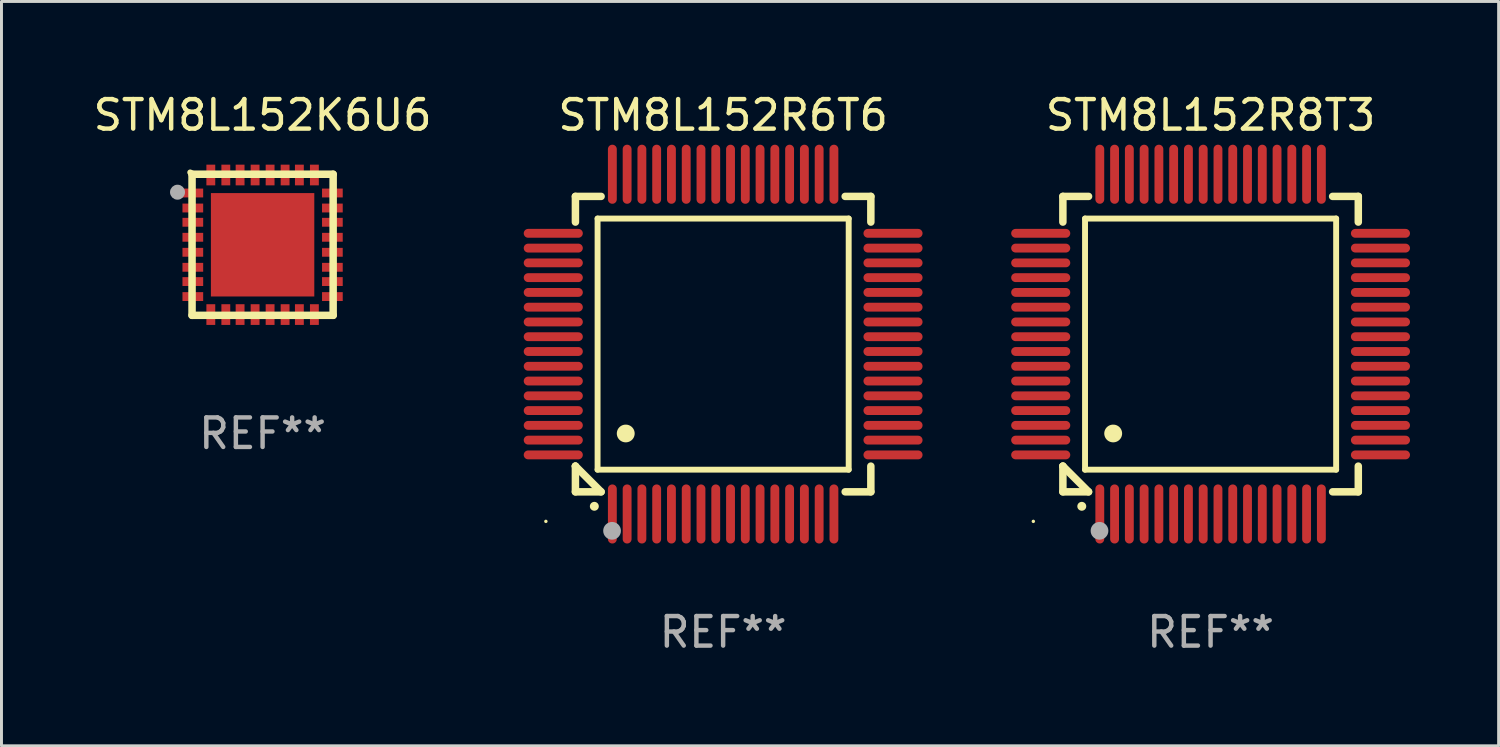
<source format=kicad_pcb>
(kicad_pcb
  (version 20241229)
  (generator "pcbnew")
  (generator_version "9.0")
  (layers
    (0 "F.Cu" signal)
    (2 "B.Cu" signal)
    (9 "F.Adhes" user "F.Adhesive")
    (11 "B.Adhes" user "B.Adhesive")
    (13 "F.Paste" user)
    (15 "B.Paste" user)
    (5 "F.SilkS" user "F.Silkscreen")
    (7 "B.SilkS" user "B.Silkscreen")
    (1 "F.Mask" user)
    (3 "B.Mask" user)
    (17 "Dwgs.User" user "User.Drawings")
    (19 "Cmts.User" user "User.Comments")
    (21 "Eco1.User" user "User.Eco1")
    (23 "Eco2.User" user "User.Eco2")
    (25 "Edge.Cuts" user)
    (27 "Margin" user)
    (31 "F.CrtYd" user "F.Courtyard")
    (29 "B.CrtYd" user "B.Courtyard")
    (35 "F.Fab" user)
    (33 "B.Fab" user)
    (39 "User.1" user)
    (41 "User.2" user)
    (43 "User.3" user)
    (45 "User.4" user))
  (footprint "STM8L152K6U6"
    (layer "F.Cu")
    (at 5.839 5.236)
    (property "Reference" "STM8L152K6U6" (at 0 -4.388 0) (layer "F.SilkS") (effects (font (size 1 1) (thickness 0.15))))
    (attr through_hole)
    (fp_line (start -2.388 -2.388) (end 2.388 -2.388) (stroke (width 0.254) (type solid)) (layer "F.SilkS"))
    (fp_line (start -2.388 2.388) (end -2.388 -2.388) (stroke (width 0.254) (type solid)) (layer "F.SilkS"))
    (fp_line (start 2.388 -2.388) (end 2.388 2.388) (stroke (width 0.254) (type solid)) (layer "F.SilkS"))
    (fp_line (start 2.388 2.388) (end -2.388 2.388) (stroke (width 0.254) (type solid)) (layer "F.SilkS"))
    (fp_circle (center -2.45 -2.45) (end -2.4 -2.45) (stroke (width 0.1) (type solid)) (fill no) (layer "F.SilkS"))
    (fp_circle (center -2.88 -1.78) (end -2.753 -1.78) (stroke (width 0.254) (type solid)) (fill no) (layer "F.Fab"))
    (fp_text user "REF**" (at 0 6.388 0) (layer "F.Fab") (effects (font (size 1 1) (thickness 0.15))))
    (pad "1" smd rect (at -2.362 -1.753) (size 0.701 0.3) (layers "F.Cu" "F.Mask" "F.Paste"))
    (pad "2" smd rect (at -2.362 -1.245) (size 0.701 0.3) (layers "F.Cu" "F.Mask" "F.Paste"))
    (pad "3" smd rect (at -2.362 -0.762) (size 0.701 0.3) (layers "F.Cu" "F.Mask" "F.Paste"))
    (pad "4" smd rect (at -2.362 -0.254) (size 0.701 0.3) (layers "F.Cu" "F.Mask" "F.Paste"))
    (pad "5" smd rect (at -2.362 0.254) (size 0.701 0.3) (layers "F.Cu" "F.Mask" "F.Paste"))
    (pad "6" smd rect (at -2.362 0.762) (size 0.701 0.3) (layers "F.Cu" "F.Mask" "F.Paste"))
    (pad "7" smd rect (at -2.362 1.245) (size 0.701 0.3) (layers "F.Cu" "F.Mask" "F.Paste"))
    (pad "8" smd rect (at -2.362 1.753) (size 0.701 0.3) (layers "F.Cu" "F.Mask" "F.Paste"))
    (pad "9" smd rect (at -1.753 2.362 90) (size 0.701 0.3) (layers "F.Cu" "F.Mask" "F.Paste"))
    (pad "10" smd rect (at -1.245 2.362 90) (size 0.701 0.3) (layers "F.Cu" "F.Mask" "F.Paste"))
    (pad "11" smd rect (at -0.762 2.362 90) (size 0.701 0.3) (layers "F.Cu" "F.Mask" "F.Paste"))
    (pad "12" smd rect (at -0.254 2.362 90) (size 0.701 0.3) (layers "F.Cu" "F.Mask" "F.Paste"))
    (pad "13" smd rect (at 0.254 2.362 90) (size 0.701 0.3) (layers "F.Cu" "F.Mask" "F.Paste"))
    (pad "14" smd rect (at 0.762 2.362 90) (size 0.701 0.3) (layers "F.Cu" "F.Mask" "F.Paste"))
    (pad "15" smd rect (at 1.245 2.362 90) (size 0.701 0.3) (layers "F.Cu" "F.Mask" "F.Paste"))
    (pad "16" smd rect (at 1.753 2.362 90) (size 0.701 0.3) (layers "F.Cu" "F.Mask" "F.Paste"))
    (pad "17" smd rect (at 2.362 1.753 180) (size 0.701 0.3) (layers "F.Cu" "F.Mask" "F.Paste"))
    (pad "18" smd rect (at 2.362 1.245 180) (size 0.701 0.3) (layers "F.Cu" "F.Mask" "F.Paste"))
    (pad "19" smd rect (at 2.362 0.762 180) (size 0.701 0.3) (layers "F.Cu" "F.Mask" "F.Paste"))
    (pad "20" smd rect (at 2.362 0.254 180) (size 0.701 0.3) (layers "F.Cu" "F.Mask" "F.Paste"))
    (pad "21" smd rect (at 2.362 -0.254 180) (size 0.701 0.3) (layers "F.Cu" "F.Mask" "F.Paste"))
    (pad "22" smd rect (at 2.362 -0.762 180) (size 0.701 0.3) (layers "F.Cu" "F.Mask" "F.Paste"))
    (pad "23" smd rect (at 2.362 -1.245 180) (size 0.701 0.3) (layers "F.Cu" "F.Mask" "F.Paste"))
    (pad "24" smd rect (at 2.362 -1.753 180) (size 0.701 0.3) (layers "F.Cu" "F.Mask" "F.Paste"))
    (pad "25" smd rect (at 1.753 -2.362 270) (size 0.701 0.3) (layers "F.Cu" "F.Mask" "F.Paste"))
    (pad "26" smd rect (at 1.245 -2.362 270) (size 0.701 0.3) (layers "F.Cu" "F.Mask" "F.Paste"))
    (pad "27" smd rect (at 0.762 -2.362 270) (size 0.701 0.3) (layers "F.Cu" "F.Mask" "F.Paste"))
    (pad "28" smd rect (at 0.254 -2.362 270) (size 0.701 0.3) (layers "F.Cu" "F.Mask" "F.Paste"))
    (pad "29" smd rect (at -0.254 -2.362 270) (size 0.701 0.3) (layers "F.Cu" "F.Mask" "F.Paste"))
    (pad "30" smd rect (at -0.762 -2.362 270) (size 0.701 0.3) (layers "F.Cu" "F.Mask" "F.Paste"))
    (pad "31" smd rect (at -1.245 -2.362 270) (size 0.701 0.3) (layers "F.Cu" "F.Mask" "F.Paste"))
    (pad "32" smd rect (at -1.753 -2.362 270) (size 0.701 0.3) (layers "F.Cu" "F.Mask" "F.Paste"))
    (pad "EXP" smd rect (at 0 0) (size 3.5 3.5) (layers "F.Cu" "F.Mask" "F.Paste")))
  (footprint "STM8L152R8T3"
    (layer "F.Cu")
    (at 37.928 8.598)
    (property "Reference" "STM8L152R8T3" (at 0 -7.75 0) (layer "F.SilkS") (effects (font (size 1 1) (thickness 0.15))))
    (attr through_hole)
    (fp_line (start -5 -5) (end -4.131 -5) (stroke (width 0.254) (type solid)) (layer "F.SilkS"))
    (fp_line (start -5 -4.131) (end -5 -5) (stroke (width 0.254) (type solid)) (layer "F.SilkS"))
    (fp_line (start -5 4.131) (end -5 4.131) (stroke (width 0.254) (type solid)) (layer "F.SilkS"))
    (fp_line (start -5 5) (end -5 4.131) (stroke (width 0.254) (type solid)) (layer "F.SilkS"))
    (fp_line (start -5 4.131) (end -4.131 5) (stroke (width 0.254) (type solid)) (layer "F.SilkS"))
    (fp_line (start -4.25 -4.25) (end -4.25 4.25) (stroke (width 0.2) (type solid)) (layer "F.SilkS"))
    (fp_line (start -4.25 4.25) (end 4.25 4.25) (stroke (width 0.2) (type solid)) (layer "F.SilkS"))
    (fp_line (start -4.131 5) (end -5 5) (stroke (width 0.254) (type solid)) (layer "F.SilkS"))
    (fp_line (start 4.25 -4.25) (end -4.25 -4.25) (stroke (width 0.2) (type solid)) (layer "F.SilkS"))
    (fp_line (start 4.25 4.25) (end 4.25 -4.25) (stroke (width 0.2) (type solid)) (layer "F.SilkS"))
    (fp_line (start 5 -5) (end 4.131 -5) (stroke (width 0.254) (type solid)) (layer "F.SilkS"))
    (fp_line (start 5 -5) (end 5 -4.131) (stroke (width 0.254) (type solid)) (layer "F.SilkS"))
    (fp_line (start 5 4.131) (end 5 5) (stroke (width 0.254) (type solid)) (layer "F.SilkS"))
    (fp_line (start 5 5) (end 4.131 5) (stroke (width 0.254) (type solid)) (layer "F.SilkS"))
    (fp_arc (start -4.361265 5.489992) (mid -4.359995 5.489987) (end -4.358725 5.489992) (stroke (width 0.3) (type solid)) (layer "F.SilkS"))
    (fp_arc (start -3.299467 3.025146) (mid -3.296927 3.025135) (end -3.294387 3.025146) (stroke (width 0.6) (type solid)) (layer "F.SilkS"))
    (fp_circle (center -6 6) (end -5.97 6) (stroke (width 0.06) (type solid)) (fill no) (layer "F.SilkS"))
    (fp_circle (center -3.76 6.32) (end -3.61 6.32) (stroke (width 0.3) (type solid)) (fill no) (layer "F.Fab"))
    (fp_text user "REF**" (at 0 9.75 0) (layer "F.Fab") (effects (font (size 1 1) (thickness 0.15))))
    (pad "1" smd oval (at -3.75 5.75) (size 0.3 2) (layers "F.Cu" "F.Mask" "F.Paste"))
    (pad "2" smd oval (at -3.25 5.75) (size 0.3 2) (layers "F.Cu" "F.Mask" "F.Paste"))
    (pad "3" smd oval (at -2.75 5.75) (size 0.3 2) (layers "F.Cu" "F.Mask" "F.Paste"))
    (pad "4" smd oval (at -2.25 5.75) (size 0.3 2) (layers "F.Cu" "F.Mask" "F.Paste"))
    (pad "5" smd oval (at -1.75 5.75) (size 0.3 2) (layers "F.Cu" "F.Mask" "F.Paste"))
    (pad "6" smd oval (at -1.25 5.75) (size 0.3 2) (layers "F.Cu" "F.Mask" "F.Paste"))
    (pad "7" smd oval (at -0.75 5.75) (size 0.3 2) (layers "F.Cu" "F.Mask" "F.Paste"))
    (pad "8" smd oval (at -0.25 5.75) (size 0.3 2) (layers "F.Cu" "F.Mask" "F.Paste"))
    (pad "9" smd oval (at 0.25 5.75) (size 0.3 2) (layers "F.Cu" "F.Mask" "F.Paste"))
    (pad "10" smd oval (at 0.75 5.75) (size 0.3 2) (layers "F.Cu" "F.Mask" "F.Paste"))
    (pad "11" smd oval (at 1.25 5.75) (size 0.3 2) (layers "F.Cu" "F.Mask" "F.Paste"))
    (pad "12" smd oval (at 1.75 5.75) (size 0.3 2) (layers "F.Cu" "F.Mask" "F.Paste"))
    (pad "13" smd oval (at 2.25 5.75) (size 0.3 2) (layers "F.Cu" "F.Mask" "F.Paste"))
    (pad "14" smd oval (at 2.75 5.75) (size 0.3 2) (layers "F.Cu" "F.Mask" "F.Paste"))
    (pad "15" smd oval (at 3.25 5.75) (size 0.3 2) (layers "F.Cu" "F.Mask" "F.Paste"))
    (pad "16" smd oval (at 3.75 5.75) (size 0.3 2) (layers "F.Cu" "F.Mask" "F.Paste"))
    (pad "17" smd oval (at 5.75 3.75) (size 2 0.3) (layers "F.Cu" "F.Mask" "F.Paste"))
    (pad "18" smd oval (at 5.75 3.25) (size 2 0.3) (layers "F.Cu" "F.Mask" "F.Paste"))
    (pad "19" smd oval (at 5.75 2.75) (size 2 0.3) (layers "F.Cu" "F.Mask" "F.Paste"))
    (pad "20" smd oval (at 5.75 2.25) (size 2 0.3) (layers "F.Cu" "F.Mask" "F.Paste"))
    (pad "21" smd oval (at 5.75 1.75) (size 2 0.3) (layers "F.Cu" "F.Mask" "F.Paste"))
    (pad "22" smd oval (at 5.75 1.25) (size 2 0.3) (layers "F.Cu" "F.Mask" "F.Paste"))
    (pad "23" smd oval (at 5.75 0.75) (size 2 0.3) (layers "F.Cu" "F.Mask" "F.Paste"))
    (pad "24" smd oval (at 5.75 0.25) (size 2 0.3) (layers "F.Cu" "F.Mask" "F.Paste"))
    (pad "25" smd oval (at 5.75 -0.25) (size 2 0.3) (layers "F.Cu" "F.Mask" "F.Paste"))
    (pad "26" smd oval (at 5.75 -0.75) (size 2 0.3) (layers "F.Cu" "F.Mask" "F.Paste"))
    (pad "27" smd oval (at 5.75 -1.25) (size 2 0.3) (layers "F.Cu" "F.Mask" "F.Paste"))
    (pad "28" smd oval (at 5.75 -1.75) (size 2 0.3) (layers "F.Cu" "F.Mask" "F.Paste"))
    (pad "29" smd oval (at 5.75 -2.25) (size 2 0.3) (layers "F.Cu" "F.Mask" "F.Paste"))
    (pad "30" smd oval (at 5.75 -2.75) (size 2 0.3) (layers "F.Cu" "F.Mask" "F.Paste"))
    (pad "31" smd oval (at 5.75 -3.25) (size 2 0.3) (layers "F.Cu" "F.Mask" "F.Paste"))
    (pad "32" smd oval (at 5.75 -3.75) (size 2 0.3) (layers "F.Cu" "F.Mask" "F.Paste"))
    (pad "33" smd oval (at 3.75 -5.75) (size 0.3 2) (layers "F.Cu" "F.Mask" "F.Paste"))
    (pad "34" smd oval (at 3.25 -5.75) (size 0.3 2) (layers "F.Cu" "F.Mask" "F.Paste"))
    (pad "35" smd oval (at 2.75 -5.75) (size 0.3 2) (layers "F.Cu" "F.Mask" "F.Paste"))
    (pad "36" smd oval (at 2.25 -5.75) (size 0.3 2) (layers "F.Cu" "F.Mask" "F.Paste"))
    (pad "37" smd oval (at 1.75 -5.75) (size 0.3 2) (layers "F.Cu" "F.Mask" "F.Paste"))
    (pad "38" smd oval (at 1.25 -5.75) (size 0.3 2) (layers "F.Cu" "F.Mask" "F.Paste"))
    (pad "39" smd oval (at 0.75 -5.75) (size 0.3 2) (layers "F.Cu" "F.Mask" "F.Paste"))
    (pad "40" smd oval (at 0.25 -5.75) (size 0.3 2) (layers "F.Cu" "F.Mask" "F.Paste"))
    (pad "41" smd oval (at -0.25 -5.75) (size 0.3 2) (layers "F.Cu" "F.Mask" "F.Paste"))
    (pad "42" smd oval (at -0.75 -5.75) (size 0.3 2) (layers "F.Cu" "F.Mask" "F.Paste"))
    (pad "43" smd oval (at -1.25 -5.75) (size 0.3 2) (layers "F.Cu" "F.Mask" "F.Paste"))
    (pad "44" smd oval (at -1.75 -5.75) (size 0.3 2) (layers "F.Cu" "F.Mask" "F.Paste"))
    (pad "45" smd oval (at -2.25 -5.75) (size 0.3 2) (layers "F.Cu" "F.Mask" "F.Paste"))
    (pad "46" smd oval (at -2.75 -5.75) (size 0.3 2) (layers "F.Cu" "F.Mask" "F.Paste"))
    (pad "47" smd oval (at -3.25 -5.75) (size 0.3 2) (layers "F.Cu" "F.Mask" "F.Paste"))
    (pad "48" smd oval (at -3.75 -5.75) (size 0.3 2) (layers "F.Cu" "F.Mask" "F.Paste"))
    (pad "49" smd oval (at -5.75 -3.75) (size 2 0.3) (layers "F.Cu" "F.Mask" "F.Paste"))
    (pad "50" smd oval (at -5.75 -3.25) (size 2 0.3) (layers "F.Cu" "F.Mask" "F.Paste"))
    (pad "51" smd oval (at -5.75 -2.75) (size 2 0.3) (layers "F.Cu" "F.Mask" "F.Paste"))
    (pad "52" smd oval (at -5.75 -2.25) (size 2 0.3) (layers "F.Cu" "F.Mask" "F.Paste"))
    (pad "53" smd oval (at -5.75 -1.75) (size 2 0.3) (layers "F.Cu" "F.Mask" "F.Paste"))
    (pad "54" smd oval (at -5.75 -1.25) (size 2 0.3) (layers "F.Cu" "F.Mask" "F.Paste"))
    (pad "55" smd oval (at -5.75 -0.75) (size 2 0.3) (layers "F.Cu" "F.Mask" "F.Paste"))
    (pad "56" smd oval (at -5.75 -0.25) (size 2 0.3) (layers "F.Cu" "F.Mask" "F.Paste"))
    (pad "57" smd oval (at -5.75 0.25) (size 2 0.3) (layers "F.Cu" "F.Mask" "F.Paste"))
    (pad "58" smd oval (at -5.75 0.75) (size 2 0.3) (layers "F.Cu" "F.Mask" "F.Paste"))
    (pad "59" smd oval (at -5.75 1.25) (size 2 0.3) (layers "F.Cu" "F.Mask" "F.Paste"))
    (pad "60" smd oval (at -5.75 1.75) (size 2 0.3) (layers "F.Cu" "F.Mask" "F.Paste"))
    (pad "61" smd oval (at -5.75 2.25) (size 2 0.3) (layers "F.Cu" "F.Mask" "F.Paste"))
    (pad "62" smd oval (at -5.75 2.75) (size 2 0.3) (layers "F.Cu" "F.Mask" "F.Paste"))
    (pad "63" smd oval (at -5.75 3.25) (size 2 0.3) (layers "F.Cu" "F.Mask" "F.Paste"))
    (pad "64" smd oval (at -5.75 3.75) (size 2 0.3) (layers "F.Cu" "F.Mask" "F.Paste")))
  (footprint "STM8L152R6T6"
    (layer "F.Cu")
    (at 21.428 8.598)
    (property "Reference" "STM8L152R6T6" (at 0 -7.75 0) (layer "F.SilkS") (effects (font (size 1 1) (thickness 0.15))))
    (attr through_hole)
    (fp_line (start -5 -5) (end -4.131 -5) (stroke (width 0.254) (type solid)) (layer "F.SilkS"))
    (fp_line (start -5 -4.131) (end -5 -5) (stroke (width 0.254) (type solid)) (layer "F.SilkS"))
    (fp_line (start -5 4.131) (end -5 4.131) (stroke (width 0.254) (type solid)) (layer "F.SilkS"))
    (fp_line (start -5 5) (end -5 4.131) (stroke (width 0.254) (type solid)) (layer "F.SilkS"))
    (fp_line (start -5 4.131) (end -4.131 5) (stroke (width 0.254) (type solid)) (layer "F.SilkS"))
    (fp_line (start -4.25 -4.25) (end -4.25 4.25) (stroke (width 0.2) (type solid)) (layer "F.SilkS"))
    (fp_line (start -4.25 4.25) (end 4.25 4.25) (stroke (width 0.2) (type solid)) (layer "F.SilkS"))
    (fp_line (start -4.131 5) (end -5 5) (stroke (width 0.254) (type solid)) (layer "F.SilkS"))
    (fp_line (start 4.25 -4.25) (end -4.25 -4.25) (stroke (width 0.2) (type solid)) (layer "F.SilkS"))
    (fp_line (start 4.25 4.25) (end 4.25 -4.25) (stroke (width 0.2) (type solid)) (layer "F.SilkS"))
    (fp_line (start 5 -5) (end 4.131 -5) (stroke (width 0.254) (type solid)) (layer "F.SilkS"))
    (fp_line (start 5 -5) (end 5 -4.131) (stroke (width 0.254) (type solid)) (layer "F.SilkS"))
    (fp_line (start 5 4.131) (end 5 5) (stroke (width 0.254) (type solid)) (layer "F.SilkS"))
    (fp_line (start 5 5) (end 4.131 5) (stroke (width 0.254) (type solid)) (layer "F.SilkS"))
    (fp_arc (start -4.361265 5.489992) (mid -4.359995 5.489987) (end -4.358725 5.489992) (stroke (width 0.3) (type solid)) (layer "F.SilkS"))
    (fp_arc (start -3.299467 3.025146) (mid -3.296927 3.025135) (end -3.294387 3.025146) (stroke (width 0.6) (type solid)) (layer "F.SilkS"))
    (fp_circle (center -6 6) (end -5.97 6) (stroke (width 0.06) (type solid)) (fill no) (layer "F.SilkS"))
    (fp_circle (center -3.76 6.32) (end -3.61 6.32) (stroke (width 0.3) (type solid)) (fill no) (layer "F.Fab"))
    (fp_text user "REF**" (at 0 9.75 0) (layer "F.Fab") (effects (font (size 1 1) (thickness 0.15))))
    (pad "1" smd oval (at -3.75 5.75) (size 0.3 2) (layers "F.Cu" "F.Mask" "F.Paste"))
    (pad "2" smd oval (at -3.25 5.75) (size 0.3 2) (layers "F.Cu" "F.Mask" "F.Paste"))
    (pad "3" smd oval (at -2.75 5.75) (size 0.3 2) (layers "F.Cu" "F.Mask" "F.Paste"))
    (pad "4" smd oval (at -2.25 5.75) (size 0.3 2) (layers "F.Cu" "F.Mask" "F.Paste"))
    (pad "5" smd oval (at -1.75 5.75) (size 0.3 2) (layers "F.Cu" "F.Mask" "F.Paste"))
    (pad "6" smd oval (at -1.25 5.75) (size 0.3 2) (layers "F.Cu" "F.Mask" "F.Paste"))
    (pad "7" smd oval (at -0.75 5.75) (size 0.3 2) (layers "F.Cu" "F.Mask" "F.Paste"))
    (pad "8" smd oval (at -0.25 5.75) (size 0.3 2) (layers "F.Cu" "F.Mask" "F.Paste"))
    (pad "9" smd oval (at 0.25 5.75) (size 0.3 2) (layers "F.Cu" "F.Mask" "F.Paste"))
    (pad "10" smd oval (at 0.75 5.75) (size 0.3 2) (layers "F.Cu" "F.Mask" "F.Paste"))
    (pad "11" smd oval (at 1.25 5.75) (size 0.3 2) (layers "F.Cu" "F.Mask" "F.Paste"))
    (pad "12" smd oval (at 1.75 5.75) (size 0.3 2) (layers "F.Cu" "F.Mask" "F.Paste"))
    (pad "13" smd oval (at 2.25 5.75) (size 0.3 2) (layers "F.Cu" "F.Mask" "F.Paste"))
    (pad "14" smd oval (at 2.75 5.75) (size 0.3 2) (layers "F.Cu" "F.Mask" "F.Paste"))
    (pad "15" smd oval (at 3.25 5.75) (size 0.3 2) (layers "F.Cu" "F.Mask" "F.Paste"))
    (pad "16" smd oval (at 3.75 5.75) (size 0.3 2) (layers "F.Cu" "F.Mask" "F.Paste"))
    (pad "17" smd oval (at 5.75 3.75) (size 2 0.3) (layers "F.Cu" "F.Mask" "F.Paste"))
    (pad "18" smd oval (at 5.75 3.25) (size 2 0.3) (layers "F.Cu" "F.Mask" "F.Paste"))
    (pad "19" smd oval (at 5.75 2.75) (size 2 0.3) (layers "F.Cu" "F.Mask" "F.Paste"))
    (pad "20" smd oval (at 5.75 2.25) (size 2 0.3) (layers "F.Cu" "F.Mask" "F.Paste"))
    (pad "21" smd oval (at 5.75 1.75) (size 2 0.3) (layers "F.Cu" "F.Mask" "F.Paste"))
    (pad "22" smd oval (at 5.75 1.25) (size 2 0.3) (layers "F.Cu" "F.Mask" "F.Paste"))
    (pad "23" smd oval (at 5.75 0.75) (size 2 0.3) (layers "F.Cu" "F.Mask" "F.Paste"))
    (pad "24" smd oval (at 5.75 0.25) (size 2 0.3) (layers "F.Cu" "F.Mask" "F.Paste"))
    (pad "25" smd oval (at 5.75 -0.25) (size 2 0.3) (layers "F.Cu" "F.Mask" "F.Paste"))
    (pad "26" smd oval (at 5.75 -0.75) (size 2 0.3) (layers "F.Cu" "F.Mask" "F.Paste"))
    (pad "27" smd oval (at 5.75 -1.25) (size 2 0.3) (layers "F.Cu" "F.Mask" "F.Paste"))
    (pad "28" smd oval (at 5.75 -1.75) (size 2 0.3) (layers "F.Cu" "F.Mask" "F.Paste"))
    (pad "29" smd oval (at 5.75 -2.25) (size 2 0.3) (layers "F.Cu" "F.Mask" "F.Paste"))
    (pad "30" smd oval (at 5.75 -2.75) (size 2 0.3) (layers "F.Cu" "F.Mask" "F.Paste"))
    (pad "31" smd oval (at 5.75 -3.25) (size 2 0.3) (layers "F.Cu" "F.Mask" "F.Paste"))
    (pad "32" smd oval (at 5.75 -3.75) (size 2 0.3) (layers "F.Cu" "F.Mask" "F.Paste"))
    (pad "33" smd oval (at 3.75 -5.75) (size 0.3 2) (layers "F.Cu" "F.Mask" "F.Paste"))
    (pad "34" smd oval (at 3.25 -5.75) (size 0.3 2) (layers "F.Cu" "F.Mask" "F.Paste"))
    (pad "35" smd oval (at 2.75 -5.75) (size 0.3 2) (layers "F.Cu" "F.Mask" "F.Paste"))
    (pad "36" smd oval (at 2.25 -5.75) (size 0.3 2) (layers "F.Cu" "F.Mask" "F.Paste"))
    (pad "37" smd oval (at 1.75 -5.75) (size 0.3 2) (layers "F.Cu" "F.Mask" "F.Paste"))
    (pad "38" smd oval (at 1.25 -5.75) (size 0.3 2) (layers "F.Cu" "F.Mask" "F.Paste"))
    (pad "39" smd oval (at 0.75 -5.75) (size 0.3 2) (layers "F.Cu" "F.Mask" "F.Paste"))
    (pad "40" smd oval (at 0.25 -5.75) (size 0.3 2) (layers "F.Cu" "F.Mask" "F.Paste"))
    (pad "41" smd oval (at -0.25 -5.75) (size 0.3 2) (layers "F.Cu" "F.Mask" "F.Paste"))
    (pad "42" smd oval (at -0.75 -5.75) (size 0.3 2) (layers "F.Cu" "F.Mask" "F.Paste"))
    (pad "43" smd oval (at -1.25 -5.75) (size 0.3 2) (layers "F.Cu" "F.Mask" "F.Paste"))
    (pad "44" smd oval (at -1.75 -5.75) (size 0.3 2) (layers "F.Cu" "F.Mask" "F.Paste"))
    (pad "45" smd oval (at -2.25 -5.75) (size 0.3 2) (layers "F.Cu" "F.Mask" "F.Paste"))
    (pad "46" smd oval (at -2.75 -5.75) (size 0.3 2) (layers "F.Cu" "F.Mask" "F.Paste"))
    (pad "47" smd oval (at -3.25 -5.75) (size 0.3 2) (layers "F.Cu" "F.Mask" "F.Paste"))
    (pad "48" smd oval (at -3.75 -5.75) (size 0.3 2) (layers "F.Cu" "F.Mask" "F.Paste"))
    (pad "49" smd oval (at -5.75 -3.75) (size 2 0.3) (layers "F.Cu" "F.Mask" "F.Paste"))
    (pad "50" smd oval (at -5.75 -3.25) (size 2 0.3) (layers "F.Cu" "F.Mask" "F.Paste"))
    (pad "51" smd oval (at -5.75 -2.75) (size 2 0.3) (layers "F.Cu" "F.Mask" "F.Paste"))
    (pad "52" smd oval (at -5.75 -2.25) (size 2 0.3) (layers "F.Cu" "F.Mask" "F.Paste"))
    (pad "53" smd oval (at -5.75 -1.75) (size 2 0.3) (layers "F.Cu" "F.Mask" "F.Paste"))
    (pad "54" smd oval (at -5.75 -1.25) (size 2 0.3) (layers "F.Cu" "F.Mask" "F.Paste"))
    (pad "55" smd oval (at -5.75 -0.75) (size 2 0.3) (layers "F.Cu" "F.Mask" "F.Paste"))
    (pad "56" smd oval (at -5.75 -0.25) (size 2 0.3) (layers "F.Cu" "F.Mask" "F.Paste"))
    (pad "57" smd oval (at -5.75 0.25) (size 2 0.3) (layers "F.Cu" "F.Mask" "F.Paste"))
    (pad "58" smd oval (at -5.75 0.75) (size 2 0.3) (layers "F.Cu" "F.Mask" "F.Paste"))
    (pad "59" smd oval (at -5.75 1.25) (size 2 0.3) (layers "F.Cu" "F.Mask" "F.Paste"))
    (pad "60" smd oval (at -5.75 1.75) (size 2 0.3) (layers "F.Cu" "F.Mask" "F.Paste"))
    (pad "61" smd oval (at -5.75 2.25) (size 2 0.3) (layers "F.Cu" "F.Mask" "F.Paste"))
    (pad "62" smd oval (at -5.75 2.75) (size 2 0.3) (layers "F.Cu" "F.Mask" "F.Paste"))
    (pad "63" smd oval (at -5.75 3.25) (size 2 0.3) (layers "F.Cu" "F.Mask" "F.Paste"))
    (pad "64" smd oval (at -5.75 3.75) (size 2 0.3) (layers "F.Cu" "F.Mask" "F.Paste")))
  (gr_rect
    (start -3 -3)
    (end 47.678 22.196)
    (stroke (width 0.1) (type default))
    (fill no)
    (layer "Edge.Cuts")))
</source>
